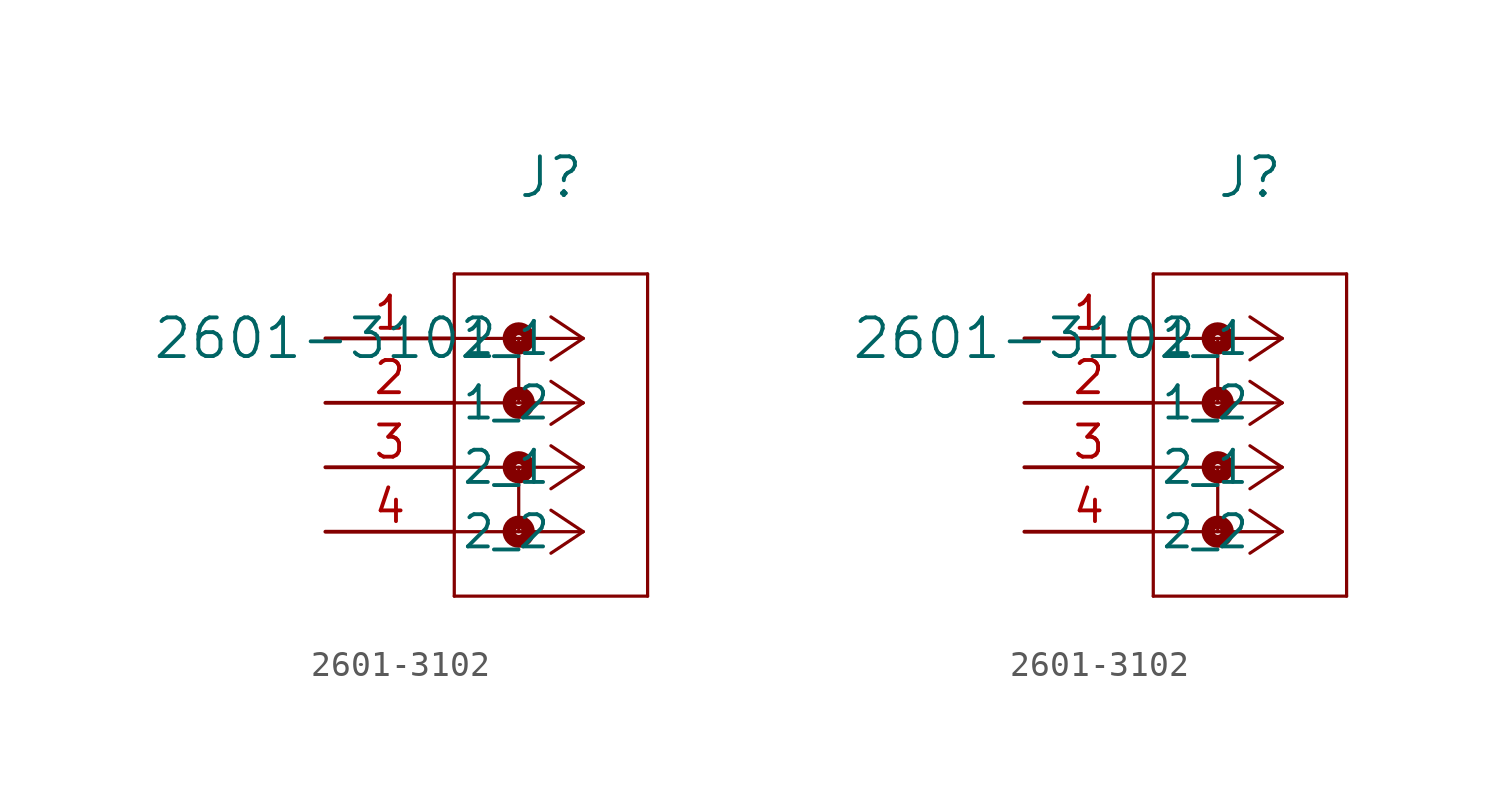
<source format=kicad_sym>
(kicad_symbol_lib
  (version 20211014)
  (generator kicad_symbol_editor)
  (symbol "2601-3102"
    (pin_names
      (offset 0.254))
    (property "Reference" "J"
      (at 8.89 6.35 0)
      (effects (font (size 1.524 1.524))))
    (property "Value" "2601-3102"
      (at 0 0 0)
      (effects (font (size 1.524 1.524))))
    (symbol "2601-3102_1_1"
      (polyline (pts (xy 10.16 0) (xy 5.08 0)) (stroke (width 0.127) (type default) (color 0 0 0 0)) (fill (type none)))
      (polyline (pts (xy 10.16 -2.54) (xy 5.08 -2.54)) (stroke (width 0.127) (type default) (color 0 0 0 0)) (fill (type none)))
      (polyline (pts (xy 10.16 -5.08) (xy 5.08 -5.08)) (stroke (width 0.127) (type default) (color 0 0 0 0)) (fill (type none)))
      (polyline (pts (xy 10.16 -7.62) (xy 5.08 -7.62)) (stroke (width 0.127) (type default) (color 0 0 0 0)) (fill (type none)))
      (polyline (pts (xy 10.16 0) (xy 8.89 0.847)) (stroke (width 0.127) (type default) (color 0 0 0 0)) (fill (type none)))
      (polyline (pts (xy 10.16 -2.54) (xy 8.89 -1.693)) (stroke (width 0.127) (type default) (color 0 0 0 0)) (fill (type none)))
      (polyline (pts (xy 10.16 -5.08) (xy 8.89 -4.233)) (stroke (width 0.127) (type default) (color 0 0 0 0)) (fill (type none)))
      (polyline (pts (xy 10.16 -7.62) (xy 8.89 -6.773)) (stroke (width 0.127) (type default) (color 0 0 0 0)) (fill (type none)))
      (polyline (pts (xy 10.16 0) (xy 8.89 -0.847)) (stroke (width 0.127) (type default) (color 0 0 0 0)) (fill (type none)))
      (polyline (pts (xy 10.16 -2.54) (xy 8.89 -3.387)) (stroke (width 0.127) (type default) (color 0 0 0 0)) (fill (type none)))
      (polyline (pts (xy 10.16 -5.08) (xy 8.89 -5.927)) (stroke (width 0.127) (type default) (color 0 0 0 0)) (fill (type none)))
      (polyline (pts (xy 10.16 -7.62) (xy 8.89 -8.467)) (stroke (width 0.127) (type default) (color 0 0 0 0)) (fill (type none)))
      (polyline (pts (xy 5.08 2.54) (xy 5.08 -10.16)) (stroke (width 0.127) (type default) (color 0 0 0 0)) (fill (type none)))
      (polyline (pts (xy 5.08 -10.16) (xy 12.7 -10.16)) (stroke (width 0.127) (type default) (color 0 0 0 0)) (fill (type none)))
      (polyline (pts (xy 12.7 -10.16) (xy 12.7 2.54)) (stroke (width 0.127) (type default) (color 0 0 0 0)) (fill (type none)))
      (polyline (pts (xy 12.7 2.54) (xy 5.08 2.54)) (stroke (width 0.127) (type default) (color 0 0 0 0)) (fill (type none)))
      (circle (center 7.62 0) (radius 0.127) (stroke (width 0.508) (type default) (color 0 0 0 0)) (fill (type none)))
      (polyline (pts (xy 7.62 0) (xy 7.62 -2.54)) (stroke (width 0.127) (type default) (color 0 0 0 0)) (fill (type none)))
      (circle (center 7.62 -2.54) (radius 0.127) (stroke (width 0.508) (type default) (color 0 0 0 0)) (fill (type none)))
      (circle (center 7.62 -5.08) (radius 0.127) (stroke (width 0.508) (type default) (color 0 0 0 0)) (fill (type none)))
      (polyline (pts (xy 7.62 -5.08) (xy 7.62 -7.62)) (stroke (width 0.127) (type default) (color 0 0 0 0)) (fill (type none)))
      (circle (center 7.62 -7.62) (radius 0.127) (stroke (width 0.508) (type default) (color 0 0 0 0)) (fill (type none)))
      (pin unspecified line (at 0 0 0) (length 5.08) (name "1_1" (effects (font (size 1.27 1.27)))) (number "1" (effects (font (size 1.27 1.27)))))
      (pin unspecified line (at 0 -2.54 0) (length 5.08) (name "1_2" (effects (font (size 1.27 1.27)))) (number "2" (effects (font (size 1.27 1.27)))))
      (pin unspecified line (at 0 -5.08 0) (length 5.08) (name "2_1" (effects (font (size 1.27 1.27)))) (number "3" (effects (font (size 1.27 1.27)))))
      (pin unspecified line (at 0 -7.62 0) (length 5.08) (name "2_2" (effects (font (size 1.27 1.27)))) (number "4" (effects (font (size 1.27 1.27))))))
    (symbol "2601-3102_1_2"
      (polyline (pts (xy 10.16 0) (xy 5.08 0)) (stroke (width 0.127) (type default) (color 0 0 0 0)) (fill (type none)))
      (polyline (pts (xy 10.16 -2.54) (xy 5.08 -2.54)) (stroke (width 0.127) (type default) (color 0 0 0 0)) (fill (type none)))
      (polyline (pts (xy 10.16 -5.08) (xy 5.08 -5.08)) (stroke (width 0.127) (type default) (color 0 0 0 0)) (fill (type none)))
      (polyline (pts (xy 10.16 -7.62) (xy 5.08 -7.62)) (stroke (width 0.127) (type default) (color 0 0 0 0)) (fill (type none)))
      (polyline (pts (xy 10.16 0) (xy 8.89 0.847)) (stroke (width 0.127) (type default) (color 0 0 0 0)) (fill (type none)))
      (polyline (pts (xy 10.16 -2.54) (xy 8.89 -1.693)) (stroke (width 0.127) (type default) (color 0 0 0 0)) (fill (type none)))
      (polyline (pts (xy 10.16 -5.08) (xy 8.89 -4.233)) (stroke (width 0.127) (type default) (color 0 0 0 0)) (fill (type none)))
      (polyline (pts (xy 10.16 -7.62) (xy 8.89 -6.773)) (stroke (width 0.127) (type default) (color 0 0 0 0)) (fill (type none)))
      (polyline (pts (xy 10.16 0) (xy 8.89 -0.847)) (stroke (width 0.127) (type default) (color 0 0 0 0)) (fill (type none)))
      (polyline (pts (xy 10.16 -2.54) (xy 8.89 -3.387)) (stroke (width 0.127) (type default) (color 0 0 0 0)) (fill (type none)))
      (polyline (pts (xy 10.16 -5.08) (xy 8.89 -5.927)) (stroke (width 0.127) (type default) (color 0 0 0 0)) (fill (type none)))
      (polyline (pts (xy 10.16 -7.62) (xy 8.89 -8.467)) (stroke (width 0.127) (type default) (color 0 0 0 0)) (fill (type none)))
      (polyline (pts (xy 5.08 2.54) (xy 5.08 -10.16)) (stroke (width 0.127) (type default) (color 0 0 0 0)) (fill (type none)))
      (polyline (pts (xy 5.08 -10.16) (xy 12.7 -10.16)) (stroke (width 0.127) (type default) (color 0 0 0 0)) (fill (type none)))
      (polyline (pts (xy 12.7 -10.16) (xy 12.7 2.54)) (stroke (width 0.127) (type default) (color 0 0 0 0)) (fill (type none)))
      (polyline (pts (xy 12.7 2.54) (xy 5.08 2.54)) (stroke (width 0.127) (type default) (color 0 0 0 0)) (fill (type none)))
      (circle (center 7.62 0) (radius 0.127) (stroke (width 0.508) (type default) (color 0 0 0 0)) (fill (type none)))
      (polyline (pts (xy 7.62 0) (xy 7.62 -2.54)) (stroke (width 0.127) (type default) (color 0 0 0 0)) (fill (type none)))
      (circle (center 7.62 -2.54) (radius 0.127) (stroke (width 0.508) (type default) (color 0 0 0 0)) (fill (type none)))
      (circle (center 7.62 -5.08) (radius 0.127) (stroke (width 0.508) (type default) (color 0 0 0 0)) (fill (type none)))
      (polyline (pts (xy 7.62 -5.08) (xy 7.62 -7.62)) (stroke (width 0.127) (type default) (color 0 0 0 0)) (fill (type none)))
      (circle (center 7.62 -7.62) (radius 0.127) (stroke (width 0.508) (type default) (color 0 0 0 0)) (fill (type none)))
      (pin unspecified line (at 0 0 0) (length 5.08) (name "1_1" (effects (font (size 1.27 1.27)))) (number "1" (effects (font (size 1.27 1.27)))))
      (pin unspecified line (at 0 -2.54 0) (length 5.08) (name "1_2" (effects (font (size 1.27 1.27)))) (number "2" (effects (font (size 1.27 1.27)))))
      (pin unspecified line (at 0 -5.08 0) (length 5.08) (name "2_1" (effects (font (size 1.27 1.27)))) (number "3" (effects (font (size 1.27 1.27)))))
      (pin unspecified line (at 0 -7.62 0) (length 5.08) (name "2_2" (effects (font (size 1.27 1.27)))) (number "4" (effects (font (size 1.27 1.27))))))))
</source>
